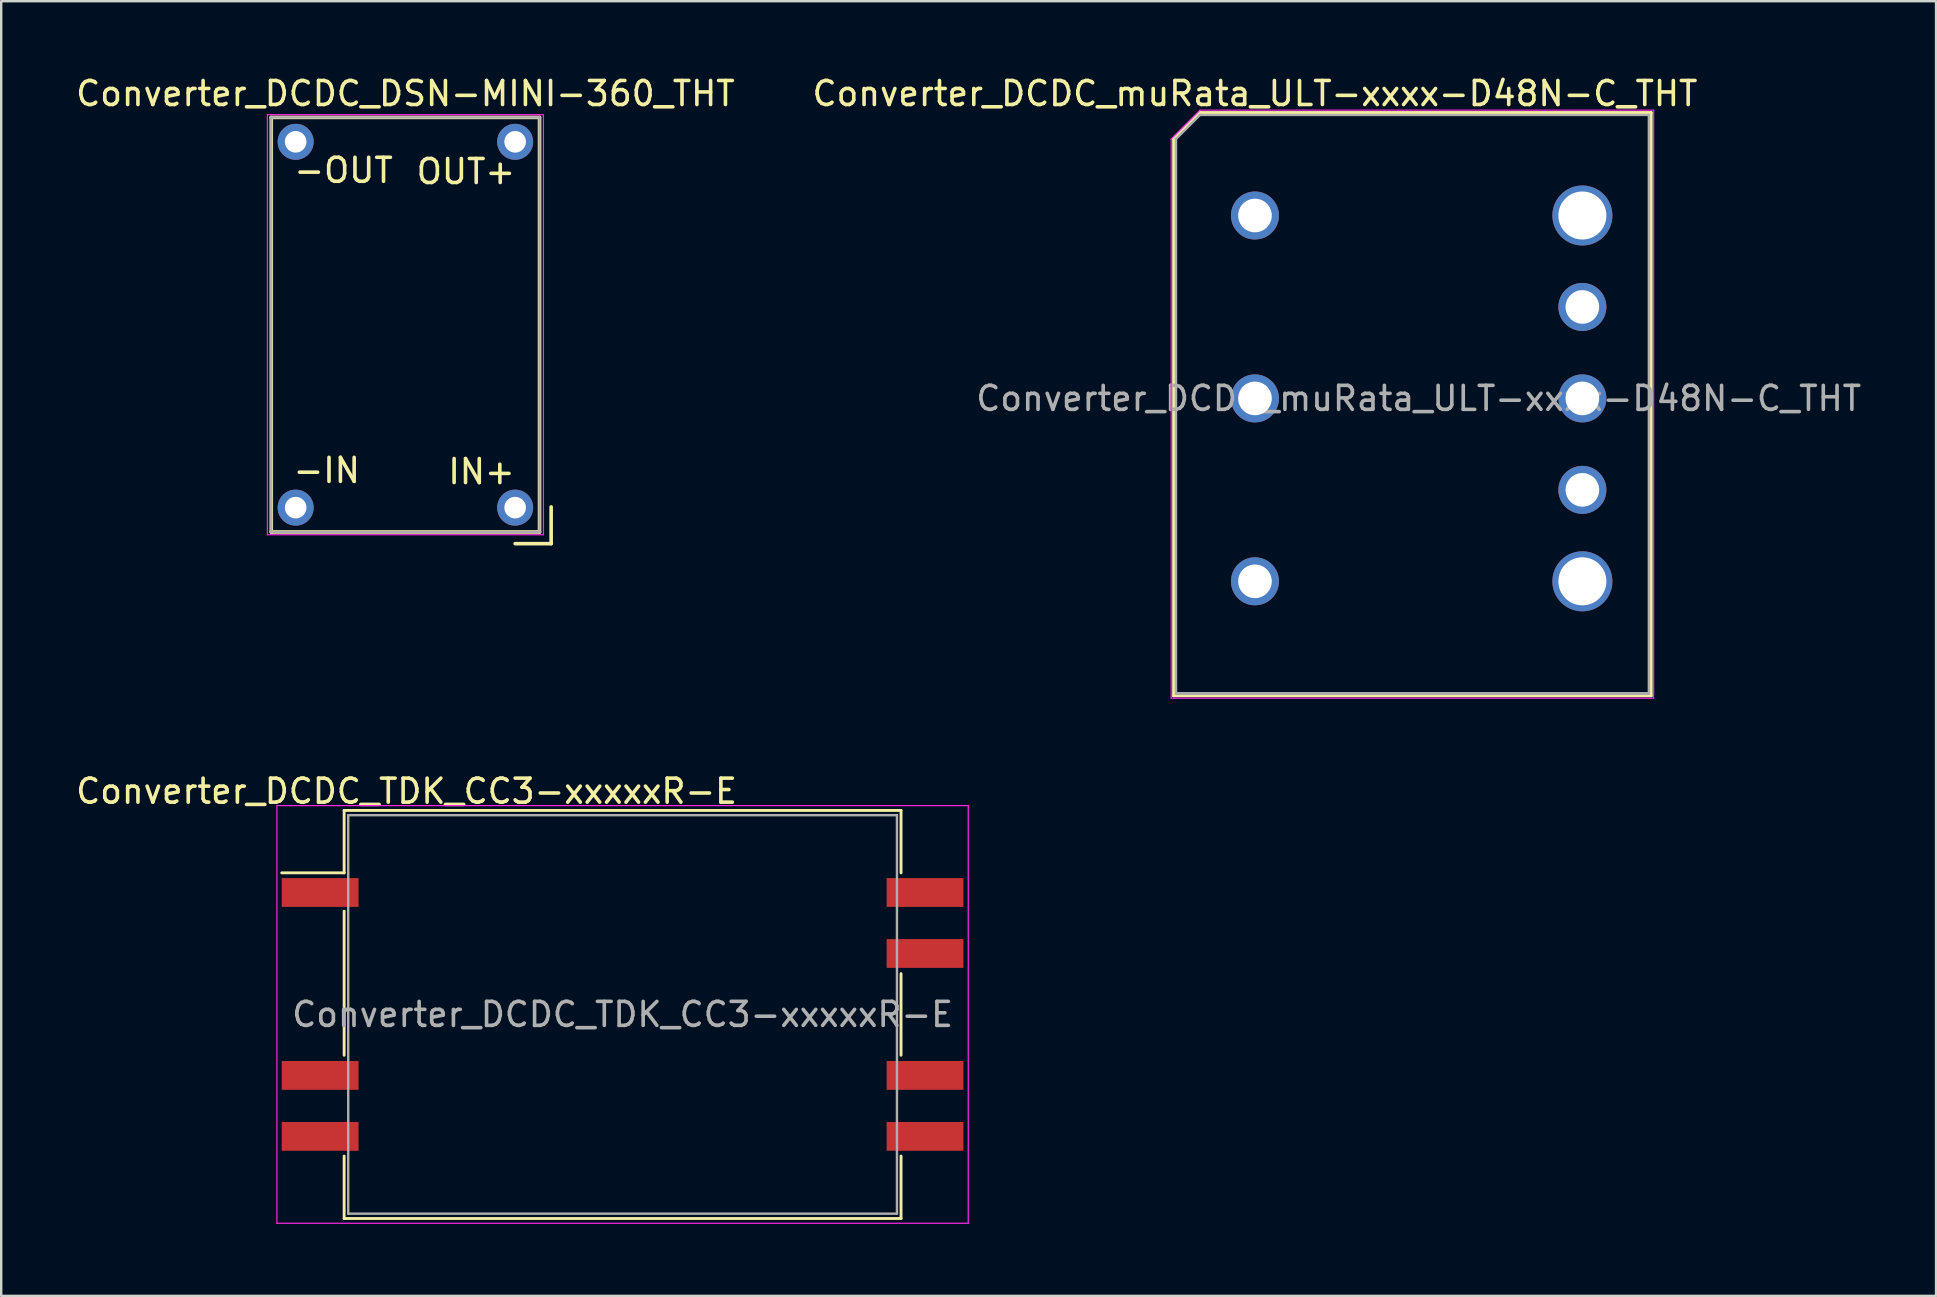
<source format=kicad_pcb>
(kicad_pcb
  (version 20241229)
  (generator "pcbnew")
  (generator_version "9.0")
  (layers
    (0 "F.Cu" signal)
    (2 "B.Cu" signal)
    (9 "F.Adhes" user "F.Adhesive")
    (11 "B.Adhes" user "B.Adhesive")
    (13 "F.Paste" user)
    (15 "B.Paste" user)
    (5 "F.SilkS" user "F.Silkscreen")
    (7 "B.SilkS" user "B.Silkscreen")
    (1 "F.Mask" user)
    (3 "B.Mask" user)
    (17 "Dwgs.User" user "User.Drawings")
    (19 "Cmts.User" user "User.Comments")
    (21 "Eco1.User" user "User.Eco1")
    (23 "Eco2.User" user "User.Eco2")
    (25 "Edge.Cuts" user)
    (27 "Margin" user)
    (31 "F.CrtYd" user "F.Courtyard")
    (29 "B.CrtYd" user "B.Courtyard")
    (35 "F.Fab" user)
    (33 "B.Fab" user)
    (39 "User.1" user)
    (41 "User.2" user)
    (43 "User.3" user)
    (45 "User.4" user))
  (footprint "Converter_DCDC_TDK_CC3-xxxxxR-E"
    (layer "F.Cu")
    (at 10.287 34.132)
    (property "Reference" "Converter_DCDC_TDK_CC3-xxxxxR-E" (at 3.6 -4.22 0) (layer "F.SilkS") (effects (font (size 1 1) (thickness 0.15))))
    (attr smd)
    (fp_line (start 1 -3.42) (end 1 -0.82) (stroke (width 0.12) (type solid)) (layer "F.SilkS"))
    (fp_line (start 1 -3.42) (end 24.2 -3.42) (stroke (width 0.12) (type solid)) (layer "F.SilkS"))
    (fp_line (start 1 -0.82) (end -1.6 -0.82) (stroke (width 0.12) (type solid)) (layer "F.SilkS"))
    (fp_line (start 1 0.78) (end 1 6.78) (stroke (width 0.12) (type solid)) (layer "F.SilkS"))
    (fp_line (start 1 10.98) (end 1 13.58) (stroke (width 0.12) (type solid)) (layer "F.SilkS"))
    (fp_line (start 1 13.58) (end 24.2 13.58) (stroke (width 0.12) (type solid)) (layer "F.SilkS"))
    (fp_line (start 24.2 -3.42) (end 24.2 -0.82) (stroke (width 0.12) (type solid)) (layer "F.SilkS"))
    (fp_line (start 24.2 3.38) (end 24.2 6.78) (stroke (width 0.12) (type solid)) (layer "F.SilkS"))
    (fp_line (start 24.2 10.98) (end 24.2 13.58) (stroke (width 0.12) (type solid)) (layer "F.SilkS"))
    (fp_line (start -1.8 -3.62) (end -1.8 13.78) (stroke (width 0.05) (type solid)) (layer "F.CrtYd"))
    (fp_line (start -1.8 -3.62) (end 27 -3.62) (stroke (width 0.05) (type solid)) (layer "F.CrtYd"))
    (fp_line (start -1.8 13.78) (end 27 13.78) (stroke (width 0.05) (type solid)) (layer "F.CrtYd"))
    (fp_line (start 27 -3.62) (end 27 13.78) (stroke (width 0.05) (type solid)) (layer "F.CrtYd"))
    (fp_line (start 1.17 -3.22) (end 1.17 13.38) (stroke (width 0.1) (type solid)) (layer "F.Fab"))
    (fp_line (start 24.03 -3.22) (end 1.17 -3.22) (stroke (width 0.1) (type solid)) (layer "F.Fab"))
    (fp_line (start 24.03 -3.22) (end 24.03 13.38) (stroke (width 0.1) (type solid)) (layer "F.Fab"))
    (fp_line (start 24.03 13.38) (end 1.17 13.38) (stroke (width 0.1) (type solid)) (layer "F.Fab"))
    (fp_text user "${REFERENCE}" (at 12.6 5.08 180) (layer "F.Fab") (effects (font (size 1 1) (thickness 0.15))))
    (pad "1" smd rect (at 0 0) (size 3.2 1.2) (layers "F.Cu" "F.Mask" "F.Paste"))
    (pad "2" smd rect (at 0 7.62) (size 3.2 1.2) (layers "F.Cu" "F.Mask" "F.Paste"))
    (pad "3" smd rect (at 0 10.16) (size 3.2 1.2) (layers "F.Cu" "F.Mask" "F.Paste"))
    (pad "4" smd rect (at 25.2 10.16) (size 3.2 1.2) (layers "F.Cu" "F.Mask" "F.Paste"))
    (pad "5" smd rect (at 25.2 7.62) (size 3.2 1.2) (layers "F.Cu" "F.Mask" "F.Paste"))
    (pad "6" smd rect (at 25.2 2.54) (size 3.2 1.2) (layers "F.Cu" "F.Mask" "F.Paste"))
    (pad "7" smd rect (at 25.2 0) (size 3.2 1.2) (layers "F.Cu" "F.Mask" "F.Paste")))
  (footprint "Converter_DCDC_DSN-MINI-360_THT"
    (layer "F.Cu")
    (at 18.411 18.098)
    (property "Reference" "Converter_DCDC_DSN-MINI-360_THT" (at -4.572 -17.25 0) (layer "F.SilkS") (effects (font (size 1 1) (thickness 0.15))))
    (attr through_hole)
    (fp_line (start -10.16 1.016) (end -10.16 -16.256) (stroke (width 0.15) (type solid)) (layer "F.SilkS"))
    (fp_line (start 1.016 -16.256) (end -10.16 -16.256) (stroke (width 0.15) (type solid)) (layer "F.SilkS"))
    (fp_line (start 1.016 1.016) (end -10.16 1.016) (stroke (width 0.15) (type solid)) (layer "F.SilkS"))
    (fp_line (start 1.016 1.016) (end 1.016 -16.256) (stroke (width 0.15) (type solid)) (layer "F.SilkS"))
    (fp_line (start 1.5 -0.03) (end 1.5 1.5) (stroke (width 0.15) (type solid)) (layer "F.SilkS"))
    (fp_line (start 1.5 1.5) (end 0 1.5) (stroke (width 0.15) (type solid)) (layer "F.SilkS"))
    (fp_line (start -10.322 1.13) (end -10.322 -16.37) (stroke (width 0.05) (type solid)) (layer "F.CrtYd"))
    (fp_line (start 1.178 -16.37) (end -10.322 -16.37) (stroke (width 0.05) (type solid)) (layer "F.CrtYd"))
    (fp_line (start 1.178 1.13) (end -10.322 1.13) (stroke (width 0.05) (type solid)) (layer "F.CrtYd"))
    (fp_line (start 1.178 1.13) (end 1.178 -16.37) (stroke (width 0.05) (type solid)) (layer "F.CrtYd"))
    (fp_line (start -10.16 1.016) (end -10.16 -16.256) (stroke (width 0.1) (type solid)) (layer "F.Fab"))
    (fp_line (start 1.016 -16.256) (end -10.16 -16.256) (stroke (width 0.1) (type solid)) (layer "F.Fab"))
    (fp_line (start 1.016 1.016) (end -10.16 1.016) (stroke (width 0.1) (type solid)) (layer "F.Fab"))
    (fp_line (start 1.016 1.016) (end 1.016 -16.256) (stroke (width 0.1) (type solid)) (layer "F.Fab"))
    (fp_text user "OUT+" (at -2.05 -14 180) (layer "F.SilkS") (effects (font (size 1 1) (thickness 0.15))))
    (fp_text user "-OUT" (at -7.15 -14.05 0) (layer "F.SilkS") (effects (font (size 1 1) (thickness 0.15))))
    (fp_text user "IN+" (at -1.4 -1.5 0) (layer "F.SilkS") (effects (font (size 1 1) (thickness 0.15))))
    (fp_text user "-IN" (at -7.85 -1.55 0) (layer "F.SilkS") (effects (font (size 1 1) (thickness 0.15))))
    (pad "1" thru_hole circle (at 0 0 90) (size 1.5 1.5) (drill 0.9) (layers "*.Cu" "*.Mask"))
    (pad "2" thru_hole circle (at -9.144 0 90) (size 1.5 1.5) (drill 0.9) (layers "*.Cu" "*.Mask"))
    (pad "3" thru_hole circle (at -9.144 -15.24 90) (size 1.5 1.5) (drill 0.9) (layers "*.Cu" "*.Mask"))
    (pad "4" thru_hole circle (at 0 -15.24 90) (size 1.5 1.5) (drill 0.9) (layers "*.Cu" "*.Mask")))
  (footprint "Converter_DCDC_muRata_ULT-xxxx-D48N-C_THT"
    (layer "F.Cu")
    (at 56.052 13.548)
    (property "Reference" "Converter_DCDC_muRata_ULT-xxxx-D48N-C_THT" (at -6.82 -12.7 0) (layer "F.SilkS") (effects (font (size 1 1) (thickness 0.15))))
    (attr through_hole)
    (fp_line (start -10.21 -10.81) (end -10.21 12.39) (stroke (width 0.12) (type solid)) (layer "F.SilkS"))
    (fp_line (start -10.21 -10.81) (end -9.11 -11.91) (stroke (width 0.12) (type solid)) (layer "F.SilkS"))
    (fp_line (start -10.21 12.39) (end 9.69 12.39) (stroke (width 0.12) (type solid)) (layer "F.SilkS"))
    (fp_line (start -9.11 -11.91) (end 9.69 -11.91) (stroke (width 0.12) (type solid)) (layer "F.SilkS"))
    (fp_line (start 9.69 -11.91) (end 9.69 12.39) (stroke (width 0.12) (type solid)) (layer "F.SilkS"))
    (fp_line (start -10.31 -10.81) (end -10.31 12.49) (stroke (width 0.05) (type solid)) (layer "F.CrtYd"))
    (fp_line (start -10.31 -10.81) (end -9.11 -12.01) (stroke (width 0.05) (type solid)) (layer "F.CrtYd"))
    (fp_line (start -10.31 12.49) (end 9.79 12.49) (stroke (width 0.05) (type solid)) (layer "F.CrtYd"))
    (fp_line (start -9.11 -12.01) (end 9.79 -12.01) (stroke (width 0.05) (type solid)) (layer "F.CrtYd"))
    (fp_line (start 9.79 -12.01) (end 9.79 12.49) (stroke (width 0.05) (type solid)) (layer "F.CrtYd"))
    (fp_line (start -10.11 -10.81) (end -10.11 12.29) (stroke (width 0.1) (type solid)) (layer "F.Fab"))
    (fp_line (start -10.11 -10.81) (end -9.11 -11.81) (stroke (width 0.1) (type solid)) (layer "F.Fab"))
    (fp_line (start -10.11 12.29) (end 9.59 12.29) (stroke (width 0.1) (type solid)) (layer "F.Fab"))
    (fp_line (start -10.11 12.29) (end 9.59 12.29) (stroke (width 0.1) (type solid)) (layer "F.Fab"))
    (fp_line (start -9.11 -11.81) (end 9.59 -11.81) (stroke (width 0.1) (type solid)) (layer "F.Fab"))
    (fp_line (start 9.59 -11.81) (end 9.59 12.29) (stroke (width 0.1) (type solid)) (layer "F.Fab"))
    (fp_text user "${REFERENCE}" (at 0 0 0) (layer "F.Fab") (effects (font (size 1 1) (thickness 0.15))))
    (pad "1" thru_hole circle (at -6.82 -7.62) (size 2 2) (drill 1.4) (layers "*.Cu" "*.Mask"))
    (pad "2" thru_hole circle (at -6.82 0) (size 2 2) (drill 1.4) (layers "*.Cu" "*.Mask"))
    (pad "3" thru_hole circle (at -6.82 7.62) (size 2 2) (drill 1.4) (layers "*.Cu" "*.Mask"))
    (pad "4" thru_hole circle (at 6.82 7.62) (size 2.5 2.5) (drill 2) (layers "*.Cu" "*.Mask"))
    (pad "5" thru_hole circle (at 6.82 3.81) (size 2 2) (drill 1.4) (layers "*.Cu" "*.Mask"))
    (pad "6" thru_hole circle (at 6.82 0) (size 2 2) (drill 1.4) (layers "*.Cu" "*.Mask"))
    (pad "7" thru_hole circle (at 6.82 -3.81) (size 2 2) (drill 1.4) (layers "*.Cu" "*.Mask"))
    (pad "8" thru_hole circle (at 6.82 -7.62) (size 2.5 2.5) (drill 2) (layers "*.Cu" "*.Mask")))
  (gr_rect
    (start -3 -3)
    (end 77.606 50.937)
    (stroke (width 0.1) (type default))
    (fill no)
    (layer "Edge.Cuts")))
</source>
